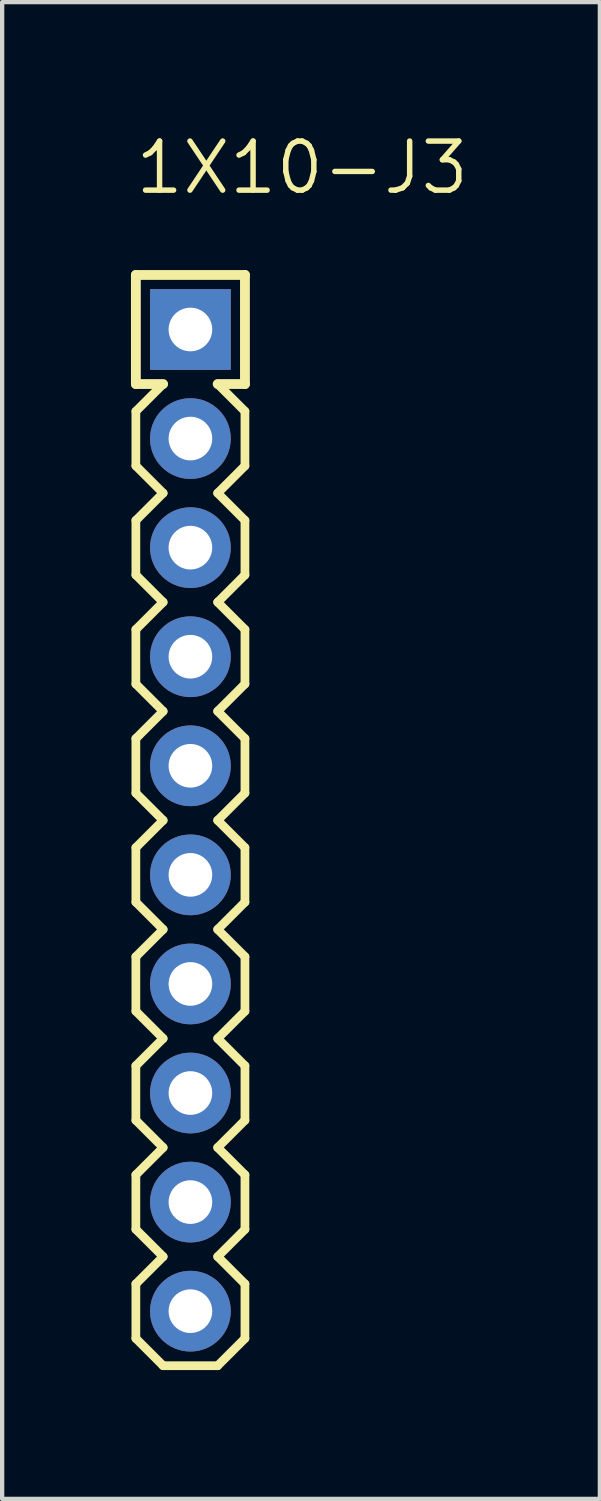
<source format=kicad_pcb>
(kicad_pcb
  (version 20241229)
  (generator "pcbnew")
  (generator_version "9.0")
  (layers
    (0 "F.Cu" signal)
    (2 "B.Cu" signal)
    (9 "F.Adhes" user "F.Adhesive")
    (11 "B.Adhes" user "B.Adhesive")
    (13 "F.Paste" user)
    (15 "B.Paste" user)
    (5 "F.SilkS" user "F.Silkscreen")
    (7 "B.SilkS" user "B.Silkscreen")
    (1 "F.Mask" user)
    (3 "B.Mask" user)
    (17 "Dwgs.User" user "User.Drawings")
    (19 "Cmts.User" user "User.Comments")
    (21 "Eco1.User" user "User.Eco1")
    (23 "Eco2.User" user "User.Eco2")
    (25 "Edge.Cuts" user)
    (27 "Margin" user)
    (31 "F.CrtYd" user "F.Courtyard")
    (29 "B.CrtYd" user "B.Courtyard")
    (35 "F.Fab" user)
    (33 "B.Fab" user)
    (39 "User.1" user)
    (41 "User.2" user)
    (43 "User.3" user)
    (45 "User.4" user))
  (footprint "1X10-J3"
    (layer "F.Cu")
    (at 1.384 14.783)
    (property "Reference" "1X10-J3" (at -1.346 -13.259 0) (unlocked yes) (layer "F.SilkS") (effects (font (size 1.143 1.143) (thickness 0.127)) (justify left bottom)))
    (fp_line (start -1.27 -11.43) (end 1.27 -11.43) (stroke (width 0.229) (type solid)) (layer "F.SilkS"))
    (fp_line (start -1.27 -8.89) (end -1.27 -11.43) (stroke (width 0.229) (type solid)) (layer "F.SilkS"))
    (fp_line (start -1.27 -8.255) (end -0.635 -8.89) (stroke (width 0.203) (type solid)) (layer "F.SilkS"))
    (fp_line (start -1.27 -6.985) (end -1.27 -8.255) (stroke (width 0.203) (type solid)) (layer "F.SilkS"))
    (fp_line (start -1.27 -5.715) (end -0.635 -6.35) (stroke (width 0.203) (type solid)) (layer "F.SilkS"))
    (fp_line (start -1.27 -4.445) (end -1.27 -5.715) (stroke (width 0.203) (type solid)) (layer "F.SilkS"))
    (fp_line (start -1.27 -1.905) (end -1.27 -3.175) (stroke (width 0.203) (type solid)) (layer "F.SilkS"))
    (fp_line (start -1.27 -0.635) (end -0.635 -1.27) (stroke (width 0.203) (type solid)) (layer "F.SilkS"))
    (fp_line (start -1.27 0.635) (end -1.27 -0.635) (stroke (width 0.203) (type solid)) (layer "F.SilkS"))
    (fp_line (start -1.27 1.905) (end -0.635 1.27) (stroke (width 0.203) (type solid)) (layer "F.SilkS"))
    (fp_line (start -1.27 3.175) (end -1.27 1.905) (stroke (width 0.203) (type solid)) (layer "F.SilkS"))
    (fp_line (start -1.27 5.715) (end -1.27 4.445) (stroke (width 0.203) (type solid)) (layer "F.SilkS"))
    (fp_line (start -1.27 8.255) (end -1.27 6.985) (stroke (width 0.203) (type solid)) (layer "F.SilkS"))
    (fp_line (start -1.27 10.795) (end -1.27 9.525) (stroke (width 0.203) (type solid)) (layer "F.SilkS"))
    (fp_line (start -1.27 13.335) (end -1.27 12.065) (stroke (width 0.203) (type solid)) (layer "F.SilkS"))
    (fp_line (start -0.635 -8.89) (end -1.27 -8.89) (stroke (width 0.229) (type solid)) (layer "F.SilkS"))
    (fp_line (start -0.635 -6.35) (end -1.27 -6.985) (stroke (width 0.203) (type solid)) (layer "F.SilkS"))
    (fp_line (start -0.635 -3.81) (end -1.27 -4.445) (stroke (width 0.203) (type solid)) (layer "F.SilkS"))
    (fp_line (start -0.635 -3.81) (end -1.27 -3.175) (stroke (width 0.203) (type solid)) (layer "F.SilkS"))
    (fp_line (start -0.635 -1.27) (end -1.27 -1.905) (stroke (width 0.203) (type solid)) (layer "F.SilkS"))
    (fp_line (start -0.635 1.27) (end -1.27 0.635) (stroke (width 0.203) (type solid)) (layer "F.SilkS"))
    (fp_line (start -0.635 3.81) (end -1.27 3.175) (stroke (width 0.203) (type solid)) (layer "F.SilkS"))
    (fp_line (start -0.635 3.81) (end -1.27 4.445) (stroke (width 0.203) (type solid)) (layer "F.SilkS"))
    (fp_line (start -0.635 6.35) (end -1.27 5.715) (stroke (width 0.203) (type solid)) (layer "F.SilkS"))
    (fp_line (start -0.635 6.35) (end -1.27 6.985) (stroke (width 0.203) (type solid)) (layer "F.SilkS"))
    (fp_line (start -0.635 8.89) (end -1.27 8.255) (stroke (width 0.203) (type solid)) (layer "F.SilkS"))
    (fp_line (start -0.635 8.89) (end -1.27 9.525) (stroke (width 0.203) (type solid)) (layer "F.SilkS"))
    (fp_line (start -0.635 11.43) (end -1.27 10.795) (stroke (width 0.203) (type solid)) (layer "F.SilkS"))
    (fp_line (start -0.635 11.43) (end -1.27 12.065) (stroke (width 0.203) (type solid)) (layer "F.SilkS"))
    (fp_line (start -0.635 13.97) (end -1.27 13.335) (stroke (width 0.203) (type solid)) (layer "F.SilkS"))
    (fp_line (start 0.635 -8.89) (end 1.27 -8.255) (stroke (width 0.203) (type solid)) (layer "F.SilkS"))
    (fp_line (start 0.635 -6.35) (end 1.27 -5.715) (stroke (width 0.203) (type solid)) (layer "F.SilkS"))
    (fp_line (start 0.635 -1.27) (end 1.27 -0.635) (stroke (width 0.203) (type solid)) (layer "F.SilkS"))
    (fp_line (start 0.635 1.27) (end 1.27 1.905) (stroke (width 0.203) (type solid)) (layer "F.SilkS"))
    (fp_line (start 0.635 13.97) (end -0.635 13.97) (stroke (width 0.203) (type solid)) (layer "F.SilkS"))
    (fp_line (start 1.27 -11.43) (end 1.27 -8.89) (stroke (width 0.229) (type solid)) (layer "F.SilkS"))
    (fp_line (start 1.27 -8.89) (end 0.635 -8.89) (stroke (width 0.229) (type solid)) (layer "F.SilkS"))
    (fp_line (start 1.27 -8.255) (end 1.27 -6.985) (stroke (width 0.203) (type solid)) (layer "F.SilkS"))
    (fp_line (start 1.27 -6.985) (end 0.635 -6.35) (stroke (width 0.203) (type solid)) (layer "F.SilkS"))
    (fp_line (start 1.27 -5.715) (end 1.27 -4.445) (stroke (width 0.203) (type solid)) (layer "F.SilkS"))
    (fp_line (start 1.27 -4.445) (end 0.635 -3.81) (stroke (width 0.203) (type solid)) (layer "F.SilkS"))
    (fp_line (start 1.27 -3.175) (end 0.635 -3.81) (stroke (width 0.203) (type solid)) (layer "F.SilkS"))
    (fp_line (start 1.27 -3.175) (end 1.27 -1.905) (stroke (width 0.203) (type solid)) (layer "F.SilkS"))
    (fp_line (start 1.27 -1.905) (end 0.635 -1.27) (stroke (width 0.203) (type solid)) (layer "F.SilkS"))
    (fp_line (start 1.27 -0.635) (end 1.27 0.635) (stroke (width 0.203) (type solid)) (layer "F.SilkS"))
    (fp_line (start 1.27 0.635) (end 0.635 1.27) (stroke (width 0.203) (type solid)) (layer "F.SilkS"))
    (fp_line (start 1.27 1.905) (end 1.27 3.175) (stroke (width 0.203) (type solid)) (layer "F.SilkS"))
    (fp_line (start 1.27 3.175) (end 0.635 3.81) (stroke (width 0.203) (type solid)) (layer "F.SilkS"))
    (fp_line (start 1.27 4.445) (end 0.635 3.81) (stroke (width 0.203) (type solid)) (layer "F.SilkS"))
    (fp_line (start 1.27 4.445) (end 1.27 5.715) (stroke (width 0.203) (type solid)) (layer "F.SilkS"))
    (fp_line (start 1.27 5.715) (end 0.635 6.35) (stroke (width 0.203) (type solid)) (layer "F.SilkS"))
    (fp_line (start 1.27 6.985) (end 0.635 6.35) (stroke (width 0.203) (type solid)) (layer "F.SilkS"))
    (fp_line (start 1.27 6.985) (end 1.27 8.255) (stroke (width 0.203) (type solid)) (layer "F.SilkS"))
    (fp_line (start 1.27 8.255) (end 0.635 8.89) (stroke (width 0.203) (type solid)) (layer "F.SilkS"))
    (fp_line (start 1.27 9.525) (end 0.635 8.89) (stroke (width 0.203) (type solid)) (layer "F.SilkS"))
    (fp_line (start 1.27 9.525) (end 1.27 10.795) (stroke (width 0.203) (type solid)) (layer "F.SilkS"))
    (fp_line (start 1.27 10.795) (end 0.635 11.43) (stroke (width 0.203) (type solid)) (layer "F.SilkS"))
    (fp_line (start 1.27 12.065) (end 0.635 11.43) (stroke (width 0.203) (type solid)) (layer "F.SilkS"))
    (fp_line (start 1.27 12.065) (end 1.27 13.335) (stroke (width 0.203) (type solid)) (layer "F.SilkS"))
    (fp_line (start 1.27 13.335) (end 0.635 13.97) (stroke (width 0.203) (type solid)) (layer "F.SilkS"))
    (fp_poly (pts (xy -0.254 -10.414) (xy -0.254 -9.906) (xy 0.254 -9.906) (xy 0.254 -10.414)) (stroke (width 0.1) (type default)) (fill no) (layer "F.Fab"))
    (fp_poly (pts (xy -0.254 -7.874) (xy -0.254 -7.366) (xy 0.254 -7.366) (xy 0.254 -7.874)) (stroke (width 0.1) (type default)) (fill no) (layer "F.Fab"))
    (fp_poly (pts (xy -0.254 -5.334) (xy -0.254 -4.826) (xy 0.254 -4.826) (xy 0.254 -5.334)) (stroke (width 0.1) (type default)) (fill no) (layer "F.Fab"))
    (fp_poly (pts (xy -0.254 -2.794) (xy -0.254 -2.286) (xy 0.254 -2.286) (xy 0.254 -2.794)) (stroke (width 0.1) (type default)) (fill no) (layer "F.Fab"))
    (fp_poly (pts (xy -0.254 -0.254) (xy -0.254 0.254) (xy 0.254 0.254) (xy 0.254 -0.254)) (stroke (width 0.1) (type default)) (fill no) (layer "F.Fab"))
    (fp_poly (pts (xy -0.254 2.286) (xy -0.254 2.794) (xy 0.254 2.794) (xy 0.254 2.286)) (stroke (width 0.1) (type default)) (fill no) (layer "F.Fab"))
    (fp_poly (pts (xy -0.254 4.826) (xy -0.254 5.334) (xy 0.254 5.334) (xy 0.254 4.826)) (stroke (width 0.1) (type default)) (fill no) (layer "F.Fab"))
    (fp_poly (pts (xy -0.254 7.366) (xy -0.254 7.874) (xy 0.254 7.874) (xy 0.254 7.366)) (stroke (width 0.1) (type default)) (fill no) (layer "F.Fab"))
    (fp_poly (pts (xy -0.254 9.906) (xy -0.254 10.414) (xy 0.254 10.414) (xy 0.254 9.906)) (stroke (width 0.1) (type default)) (fill no) (layer "F.Fab"))
    (fp_poly (pts (xy -0.254 12.446) (xy -0.254 12.954) (xy 0.254 12.954) (xy 0.254 12.446)) (stroke (width 0.1) (type default)) (fill no) (layer "F.Fab"))
    (pad "21" thru_hole rect (at 0 -10.16) (size 1.88 1.88) (drill 1.016) (layers "*.Cu" "*.Mask"))
    (pad "22" thru_hole circle (at 0 -7.62) (size 1.88 1.88) (drill 1.016) (layers "*.Cu" "*.Mask"))
    (pad "23" thru_hole circle (at 0 -5.08) (size 1.88 1.88) (drill 1.016) (layers "*.Cu" "*.Mask"))
    (pad "24" thru_hole circle (at 0 -2.54) (size 1.88 1.88) (drill 1.016) (layers "*.Cu" "*.Mask"))
    (pad "25" thru_hole circle (at 0 0) (size 1.88 1.88) (drill 1.016) (layers "*.Cu" "*.Mask"))
    (pad "26" thru_hole circle (at 0 2.54) (size 1.88 1.88) (drill 1.016) (layers "*.Cu" "*.Mask"))
    (pad "27" thru_hole circle (at 0 5.08) (size 1.88 1.88) (drill 1.016) (layers "*.Cu" "*.Mask"))
    (pad "28" thru_hole circle (at 0 7.62) (size 1.88 1.88) (drill 1.016) (layers "*.Cu" "*.Mask"))
    (pad "29" thru_hole circle (at 0 10.16) (size 1.88 1.88) (drill 1.016) (layers "*.Cu" "*.Mask"))
    (pad "30" thru_hole circle (at 0 12.7) (size 1.88 1.88) (drill 1.016) (layers "*.Cu" "*.Mask")))
  (gr_rect
    (start -3 -3)
    (end 10.919 31.854)
    (stroke (width 0.1) (type default))
    (fill no)
    (layer "Edge.Cuts")))
</source>
